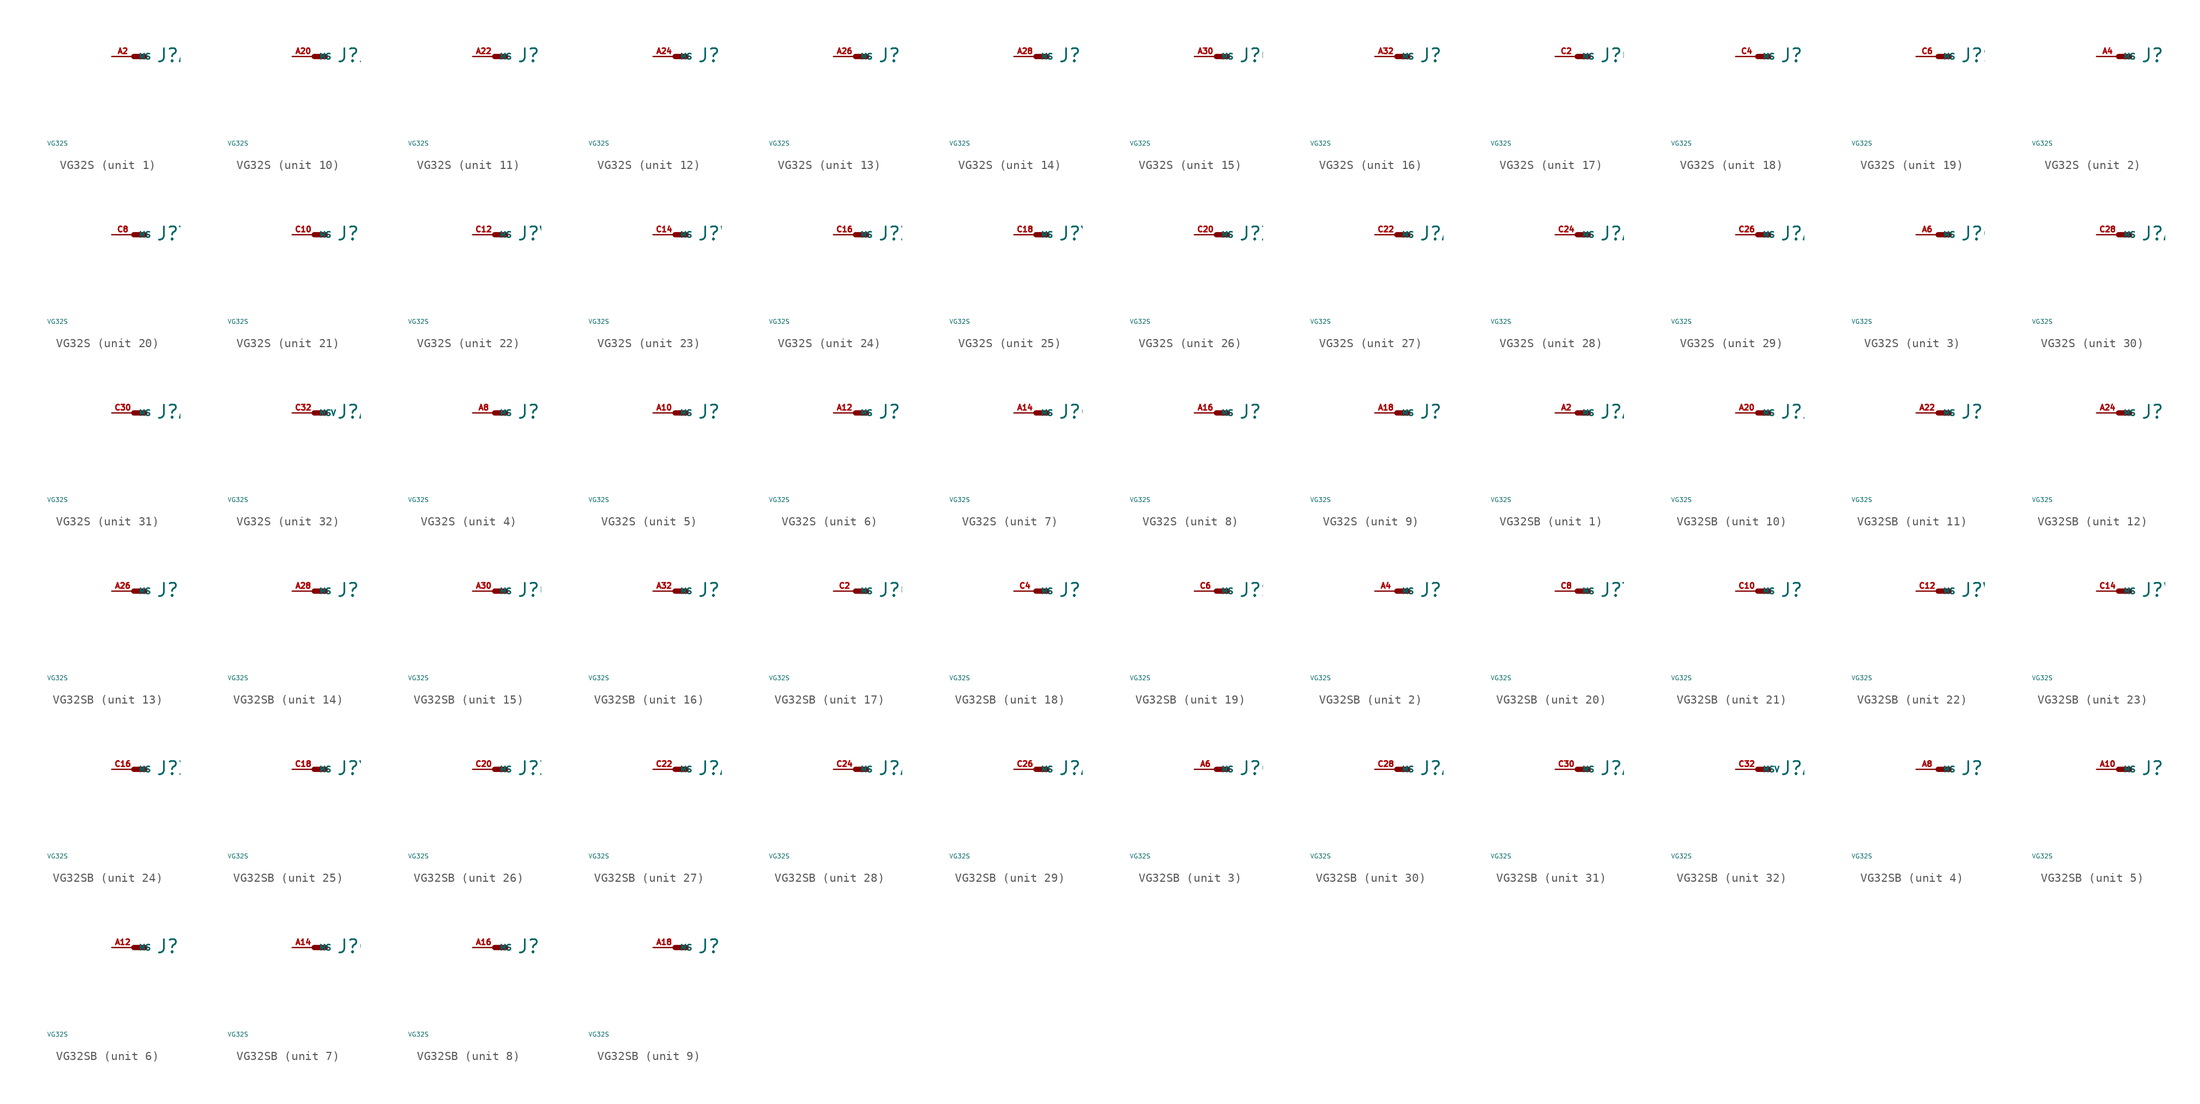
<source format=kicad_sym>
(kicad_symbol_lib
  (version 20220914)
  (generator Eagle2Kicad)
  (symbol "VG32S"
    (property "Reference" "J"
      (at 2.54 -0.762 0)
      (effects (font (size 1.524 1.524) (thickness 0.19)) (justify left bottom)))
    (property "Value" "VG32S"
      (at -10 -10 0)
      (effects (font (size 0.5 0.5) (thickness 0.06)) (justify left)))
    (symbol "VG32S_1_0"
      (polyline (pts (xy 0 0) (xy 1.27 0)) (stroke (width 0.61) (type default)) (fill (type none)))
      (pin passive line (at -2.54 0 0) (length 2.54) (name "MS" (effects (font (size 0.635 0.635) (thickness 0.08)) (justify left bottom))) (number "A2" (effects (font (size 0.635 0.635) (thickness 0.08)) (justify left bottom)))))
    (symbol "VG32S_2_0"
      (polyline (pts (xy 0 0) (xy 1.27 0)) (stroke (width 0.61) (type default)) (fill (type none)))
      (pin passive line (at -2.54 0 0) (length 2.54) (name "MS" (effects (font (size 0.635 0.635) (thickness 0.08)) (justify left bottom))) (number "A4" (effects (font (size 0.635 0.635) (thickness 0.08)) (justify left bottom)))))
    (symbol "VG32S_3_0"
      (polyline (pts (xy 0 0) (xy 1.27 0)) (stroke (width 0.61) (type default)) (fill (type none)))
      (pin passive line (at -2.54 0 0) (length 2.54) (name "MS" (effects (font (size 0.635 0.635) (thickness 0.08)) (justify left bottom))) (number "A6" (effects (font (size 0.635 0.635) (thickness 0.08)) (justify left bottom)))))
    (symbol "VG32S_4_0"
      (polyline (pts (xy 0 0) (xy 1.27 0)) (stroke (width 0.61) (type default)) (fill (type none)))
      (pin passive line (at -2.54 0 0) (length 2.54) (name "MS" (effects (font (size 0.635 0.635) (thickness 0.08)) (justify left bottom))) (number "A8" (effects (font (size 0.635 0.635) (thickness 0.08)) (justify left bottom)))))
    (symbol "VG32S_5_0"
      (polyline (pts (xy 0 0) (xy 1.27 0)) (stroke (width 0.61) (type default)) (fill (type none)))
      (pin passive line (at -2.54 0 0) (length 2.54) (name "MS" (effects (font (size 0.635 0.635) (thickness 0.08)) (justify left bottom))) (number "A10" (effects (font (size 0.635 0.635) (thickness 0.08)) (justify left bottom)))))
    (symbol "VG32S_6_0"
      (polyline (pts (xy 0 0) (xy 1.27 0)) (stroke (width 0.61) (type default)) (fill (type none)))
      (pin passive line (at -2.54 0 0) (length 2.54) (name "MS" (effects (font (size 0.635 0.635) (thickness 0.08)) (justify left bottom))) (number "A12" (effects (font (size 0.635 0.635) (thickness 0.08)) (justify left bottom)))))
    (symbol "VG32S_7_0"
      (polyline (pts (xy 0 0) (xy 1.27 0)) (stroke (width 0.61) (type default)) (fill (type none)))
      (pin passive line (at -2.54 0 0) (length 2.54) (name "MS" (effects (font (size 0.635 0.635) (thickness 0.08)) (justify left bottom))) (number "A14" (effects (font (size 0.635 0.635) (thickness 0.08)) (justify left bottom)))))
    (symbol "VG32S_8_0"
      (polyline (pts (xy 0 0) (xy 1.27 0)) (stroke (width 0.61) (type default)) (fill (type none)))
      (pin passive line (at -2.54 0 0) (length 2.54) (name "MS" (effects (font (size 0.635 0.635) (thickness 0.08)) (justify left bottom))) (number "A16" (effects (font (size 0.635 0.635) (thickness 0.08)) (justify left bottom)))))
    (symbol "VG32S_9_0"
      (polyline (pts (xy 0 0) (xy 1.27 0)) (stroke (width 0.61) (type default)) (fill (type none)))
      (pin passive line (at -2.54 0 0) (length 2.54) (name "MS" (effects (font (size 0.635 0.635) (thickness 0.08)) (justify left bottom))) (number "A18" (effects (font (size 0.635 0.635) (thickness 0.08)) (justify left bottom)))))
    (symbol "VG32S_10_0"
      (polyline (pts (xy 0 0) (xy 1.27 0)) (stroke (width 0.61) (type default)) (fill (type none)))
      (pin passive line (at -2.54 0 0) (length 2.54) (name "MS" (effects (font (size 0.635 0.635) (thickness 0.08)) (justify left bottom))) (number "A20" (effects (font (size 0.635 0.635) (thickness 0.08)) (justify left bottom)))))
    (symbol "VG32S_11_0"
      (polyline (pts (xy 0 0) (xy 1.27 0)) (stroke (width 0.61) (type default)) (fill (type none)))
      (pin passive line (at -2.54 0 0) (length 2.54) (name "MS" (effects (font (size 0.635 0.635) (thickness 0.08)) (justify left bottom))) (number "A22" (effects (font (size 0.635 0.635) (thickness 0.08)) (justify left bottom)))))
    (symbol "VG32S_12_0"
      (polyline (pts (xy 0 0) (xy 1.27 0)) (stroke (width 0.61) (type default)) (fill (type none)))
      (pin passive line (at -2.54 0 0) (length 2.54) (name "MS" (effects (font (size 0.635 0.635) (thickness 0.08)) (justify left bottom))) (number "A24" (effects (font (size 0.635 0.635) (thickness 0.08)) (justify left bottom)))))
    (symbol "VG32S_13_0"
      (polyline (pts (xy 0 0) (xy 1.27 0)) (stroke (width 0.61) (type default)) (fill (type none)))
      (pin passive line (at -2.54 0 0) (length 2.54) (name "MS" (effects (font (size 0.635 0.635) (thickness 0.08)) (justify left bottom))) (number "A26" (effects (font (size 0.635 0.635) (thickness 0.08)) (justify left bottom)))))
    (symbol "VG32S_14_0"
      (polyline (pts (xy 0 0) (xy 1.27 0)) (stroke (width 0.61) (type default)) (fill (type none)))
      (pin passive line (at -2.54 0 0) (length 2.54) (name "MS" (effects (font (size 0.635 0.635) (thickness 0.08)) (justify left bottom))) (number "A28" (effects (font (size 0.635 0.635) (thickness 0.08)) (justify left bottom)))))
    (symbol "VG32S_15_0"
      (polyline (pts (xy 0 0) (xy 1.27 0)) (stroke (width 0.61) (type default)) (fill (type none)))
      (pin passive line (at -2.54 0 0) (length 2.54) (name "MS" (effects (font (size 0.635 0.635) (thickness 0.08)) (justify left bottom))) (number "A30" (effects (font (size 0.635 0.635) (thickness 0.08)) (justify left bottom)))))
    (symbol "VG32S_16_0"
      (polyline (pts (xy 0 0) (xy 1.27 0)) (stroke (width 0.61) (type default)) (fill (type none)))
      (pin passive line (at -2.54 0 0) (length 2.54) (name "MS" (effects (font (size 0.635 0.635) (thickness 0.08)) (justify left bottom))) (number "A32" (effects (font (size 0.635 0.635) (thickness 0.08)) (justify left bottom)))))
    (symbol "VG32S_17_0"
      (polyline (pts (xy 0 0) (xy 1.27 0)) (stroke (width 0.61) (type default)) (fill (type none)))
      (pin passive line (at -2.54 0 0) (length 2.54) (name "MS" (effects (font (size 0.635 0.635) (thickness 0.08)) (justify left bottom))) (number "C2" (effects (font (size 0.635 0.635) (thickness 0.08)) (justify left bottom)))))
    (symbol "VG32S_18_0"
      (polyline (pts (xy 0 0) (xy 1.27 0)) (stroke (width 0.61) (type default)) (fill (type none)))
      (pin passive line (at -2.54 0 0) (length 2.54) (name "MS" (effects (font (size 0.635 0.635) (thickness 0.08)) (justify left bottom))) (number "C4" (effects (font (size 0.635 0.635) (thickness 0.08)) (justify left bottom)))))
    (symbol "VG32S_19_0"
      (polyline (pts (xy 0 0) (xy 1.27 0)) (stroke (width 0.61) (type default)) (fill (type none)))
      (pin passive line (at -2.54 0 0) (length 2.54) (name "MS" (effects (font (size 0.635 0.635) (thickness 0.08)) (justify left bottom))) (number "C6" (effects (font (size 0.635 0.635) (thickness 0.08)) (justify left bottom)))))
    (symbol "VG32S_20_0"
      (polyline (pts (xy 0 0) (xy 1.27 0)) (stroke (width 0.61) (type default)) (fill (type none)))
      (pin passive line (at -2.54 0 0) (length 2.54) (name "MS" (effects (font (size 0.635 0.635) (thickness 0.08)) (justify left bottom))) (number "C8" (effects (font (size 0.635 0.635) (thickness 0.08)) (justify left bottom)))))
    (symbol "VG32S_21_0"
      (polyline (pts (xy 0 0) (xy 1.27 0)) (stroke (width 0.61) (type default)) (fill (type none)))
      (pin passive line (at -2.54 0 0) (length 2.54) (name "MS" (effects (font (size 0.635 0.635) (thickness 0.08)) (justify left bottom))) (number "C10" (effects (font (size 0.635 0.635) (thickness 0.08)) (justify left bottom)))))
    (symbol "VG32S_22_0"
      (polyline (pts (xy 0 0) (xy 1.27 0)) (stroke (width 0.61) (type default)) (fill (type none)))
      (pin passive line (at -2.54 0 0) (length 2.54) (name "MS" (effects (font (size 0.635 0.635) (thickness 0.08)) (justify left bottom))) (number "C12" (effects (font (size 0.635 0.635) (thickness 0.08)) (justify left bottom)))))
    (symbol "VG32S_23_0"
      (polyline (pts (xy 0 0) (xy 1.27 0)) (stroke (width 0.61) (type default)) (fill (type none)))
      (pin passive line (at -2.54 0 0) (length 2.54) (name "MS" (effects (font (size 0.635 0.635) (thickness 0.08)) (justify left bottom))) (number "C14" (effects (font (size 0.635 0.635) (thickness 0.08)) (justify left bottom)))))
    (symbol "VG32S_24_0"
      (polyline (pts (xy 0 0) (xy 1.27 0)) (stroke (width 0.61) (type default)) (fill (type none)))
      (pin passive line (at -2.54 0 0) (length 2.54) (name "MS" (effects (font (size 0.635 0.635) (thickness 0.08)) (justify left bottom))) (number "C16" (effects (font (size 0.635 0.635) (thickness 0.08)) (justify left bottom)))))
    (symbol "VG32S_25_0"
      (polyline (pts (xy 0 0) (xy 1.27 0)) (stroke (width 0.61) (type default)) (fill (type none)))
      (pin passive line (at -2.54 0 0) (length 2.54) (name "MS" (effects (font (size 0.635 0.635) (thickness 0.08)) (justify left bottom))) (number "C18" (effects (font (size 0.635 0.635) (thickness 0.08)) (justify left bottom)))))
    (symbol "VG32S_26_0"
      (polyline (pts (xy 0 0) (xy 1.27 0)) (stroke (width 0.61) (type default)) (fill (type none)))
      (pin passive line (at -2.54 0 0) (length 2.54) (name "MS" (effects (font (size 0.635 0.635) (thickness 0.08)) (justify left bottom))) (number "C20" (effects (font (size 0.635 0.635) (thickness 0.08)) (justify left bottom)))))
    (symbol "VG32S_27_0"
      (polyline (pts (xy 0 0) (xy 1.27 0)) (stroke (width 0.61) (type default)) (fill (type none)))
      (pin passive line (at -2.54 0 0) (length 2.54) (name "MS" (effects (font (size 0.635 0.635) (thickness 0.08)) (justify left bottom))) (number "C22" (effects (font (size 0.635 0.635) (thickness 0.08)) (justify left bottom)))))
    (symbol "VG32S_28_0"
      (polyline (pts (xy 0 0) (xy 1.27 0)) (stroke (width 0.61) (type default)) (fill (type none)))
      (pin passive line (at -2.54 0 0) (length 2.54) (name "MS" (effects (font (size 0.635 0.635) (thickness 0.08)) (justify left bottom))) (number "C24" (effects (font (size 0.635 0.635) (thickness 0.08)) (justify left bottom)))))
    (symbol "VG32S_29_0"
      (polyline (pts (xy 0 0) (xy 1.27 0)) (stroke (width 0.61) (type default)) (fill (type none)))
      (pin passive line (at -2.54 0 0) (length 2.54) (name "MS" (effects (font (size 0.635 0.635) (thickness 0.08)) (justify left bottom))) (number "C26" (effects (font (size 0.635 0.635) (thickness 0.08)) (justify left bottom)))))
    (symbol "VG32S_30_0"
      (polyline (pts (xy 0 0) (xy 1.27 0)) (stroke (width 0.61) (type default)) (fill (type none)))
      (pin passive line (at -2.54 0 0) (length 2.54) (name "MS" (effects (font (size 0.635 0.635) (thickness 0.08)) (justify left bottom))) (number "C28" (effects (font (size 0.635 0.635) (thickness 0.08)) (justify left bottom)))))
    (symbol "VG32S_31_0"
      (polyline (pts (xy 0 0) (xy 1.27 0)) (stroke (width 0.61) (type default)) (fill (type none)))
      (pin passive line (at -2.54 0 0) (length 2.54) (name "MS" (effects (font (size 0.635 0.635) (thickness 0.08)) (justify left bottom))) (number "C30" (effects (font (size 0.635 0.635) (thickness 0.08)) (justify left bottom)))))
    (symbol "VG32S_32_0"
      (polyline (pts (xy 0 0) (xy 1.27 0)) (stroke (width 0.61) (type default)) (fill (type none)))
      (pin passive line (at -2.54 0 0) (length 2.54) (name "MSV" (effects (font (size 0.635 0.635) (thickness 0.08)) (justify left bottom))) (number "C32" (effects (font (size 0.635 0.635) (thickness 0.08)) (justify left bottom))))))
  (symbol "VG32SB"
    (property "Reference" "J"
      (at 2.54 -0.762 0)
      (effects (font (size 1.524 1.524) (thickness 0.19)) (justify left bottom)))
    (property "Value" "VG32S"
      (at -10 -10 0)
      (effects (font (size 0.5 0.5) (thickness 0.06)) (justify left)))
    (symbol "VG32SB_1_0"
      (polyline (pts (xy 0 0) (xy 1.27 0)) (stroke (width 0.61) (type default)) (fill (type none)))
      (pin passive line (at -2.54 0 0) (length 2.54) (name "MS" (effects (font (size 0.635 0.635) (thickness 0.08)) (justify left bottom))) (number "A2" (effects (font (size 0.635 0.635) (thickness 0.08)) (justify left bottom)))))
    (symbol "VG32SB_2_0"
      (polyline (pts (xy 0 0) (xy 1.27 0)) (stroke (width 0.61) (type default)) (fill (type none)))
      (pin passive line (at -2.54 0 0) (length 2.54) (name "MS" (effects (font (size 0.635 0.635) (thickness 0.08)) (justify left bottom))) (number "A4" (effects (font (size 0.635 0.635) (thickness 0.08)) (justify left bottom)))))
    (symbol "VG32SB_3_0"
      (polyline (pts (xy 0 0) (xy 1.27 0)) (stroke (width 0.61) (type default)) (fill (type none)))
      (pin passive line (at -2.54 0 0) (length 2.54) (name "MS" (effects (font (size 0.635 0.635) (thickness 0.08)) (justify left bottom))) (number "A6" (effects (font (size 0.635 0.635) (thickness 0.08)) (justify left bottom)))))
    (symbol "VG32SB_4_0"
      (polyline (pts (xy 0 0) (xy 1.27 0)) (stroke (width 0.61) (type default)) (fill (type none)))
      (pin passive line (at -2.54 0 0) (length 2.54) (name "MS" (effects (font (size 0.635 0.635) (thickness 0.08)) (justify left bottom))) (number "A8" (effects (font (size 0.635 0.635) (thickness 0.08)) (justify left bottom)))))
    (symbol "VG32SB_5_0"
      (polyline (pts (xy 0 0) (xy 1.27 0)) (stroke (width 0.61) (type default)) (fill (type none)))
      (pin passive line (at -2.54 0 0) (length 2.54) (name "MS" (effects (font (size 0.635 0.635) (thickness 0.08)) (justify left bottom))) (number "A10" (effects (font (size 0.635 0.635) (thickness 0.08)) (justify left bottom)))))
    (symbol "VG32SB_6_0"
      (polyline (pts (xy 0 0) (xy 1.27 0)) (stroke (width 0.61) (type default)) (fill (type none)))
      (pin passive line (at -2.54 0 0) (length 2.54) (name "MS" (effects (font (size 0.635 0.635) (thickness 0.08)) (justify left bottom))) (number "A12" (effects (font (size 0.635 0.635) (thickness 0.08)) (justify left bottom)))))
    (symbol "VG32SB_7_0"
      (polyline (pts (xy 0 0) (xy 1.27 0)) (stroke (width 0.61) (type default)) (fill (type none)))
      (pin passive line (at -2.54 0 0) (length 2.54) (name "MS" (effects (font (size 0.635 0.635) (thickness 0.08)) (justify left bottom))) (number "A14" (effects (font (size 0.635 0.635) (thickness 0.08)) (justify left bottom)))))
    (symbol "VG32SB_8_0"
      (polyline (pts (xy 0 0) (xy 1.27 0)) (stroke (width 0.61) (type default)) (fill (type none)))
      (pin passive line (at -2.54 0 0) (length 2.54) (name "MS" (effects (font (size 0.635 0.635) (thickness 0.08)) (justify left bottom))) (number "A16" (effects (font (size 0.635 0.635) (thickness 0.08)) (justify left bottom)))))
    (symbol "VG32SB_9_0"
      (polyline (pts (xy 0 0) (xy 1.27 0)) (stroke (width 0.61) (type default)) (fill (type none)))
      (pin passive line (at -2.54 0 0) (length 2.54) (name "MS" (effects (font (size 0.635 0.635) (thickness 0.08)) (justify left bottom))) (number "A18" (effects (font (size 0.635 0.635) (thickness 0.08)) (justify left bottom)))))
    (symbol "VG32SB_10_0"
      (polyline (pts (xy 0 0) (xy 1.27 0)) (stroke (width 0.61) (type default)) (fill (type none)))
      (pin passive line (at -2.54 0 0) (length 2.54) (name "MS" (effects (font (size 0.635 0.635) (thickness 0.08)) (justify left bottom))) (number "A20" (effects (font (size 0.635 0.635) (thickness 0.08)) (justify left bottom)))))
    (symbol "VG32SB_11_0"
      (polyline (pts (xy 0 0) (xy 1.27 0)) (stroke (width 0.61) (type default)) (fill (type none)))
      (pin passive line (at -2.54 0 0) (length 2.54) (name "MS" (effects (font (size 0.635 0.635) (thickness 0.08)) (justify left bottom))) (number "A22" (effects (font (size 0.635 0.635) (thickness 0.08)) (justify left bottom)))))
    (symbol "VG32SB_12_0"
      (polyline (pts (xy 0 0) (xy 1.27 0)) (stroke (width 0.61) (type default)) (fill (type none)))
      (pin passive line (at -2.54 0 0) (length 2.54) (name "MS" (effects (font (size 0.635 0.635) (thickness 0.08)) (justify left bottom))) (number "A24" (effects (font (size 0.635 0.635) (thickness 0.08)) (justify left bottom)))))
    (symbol "VG32SB_13_0"
      (polyline (pts (xy 0 0) (xy 1.27 0)) (stroke (width 0.61) (type default)) (fill (type none)))
      (pin passive line (at -2.54 0 0) (length 2.54) (name "MS" (effects (font (size 0.635 0.635) (thickness 0.08)) (justify left bottom))) (number "A26" (effects (font (size 0.635 0.635) (thickness 0.08)) (justify left bottom)))))
    (symbol "VG32SB_14_0"
      (polyline (pts (xy 0 0) (xy 1.27 0)) (stroke (width 0.61) (type default)) (fill (type none)))
      (pin passive line (at -2.54 0 0) (length 2.54) (name "MS" (effects (font (size 0.635 0.635) (thickness 0.08)) (justify left bottom))) (number "A28" (effects (font (size 0.635 0.635) (thickness 0.08)) (justify left bottom)))))
    (symbol "VG32SB_15_0"
      (polyline (pts (xy 0 0) (xy 1.27 0)) (stroke (width 0.61) (type default)) (fill (type none)))
      (pin passive line (at -2.54 0 0) (length 2.54) (name "MS" (effects (font (size 0.635 0.635) (thickness 0.08)) (justify left bottom))) (number "A30" (effects (font (size 0.635 0.635) (thickness 0.08)) (justify left bottom)))))
    (symbol "VG32SB_16_0"
      (polyline (pts (xy 0 0) (xy 1.27 0)) (stroke (width 0.61) (type default)) (fill (type none)))
      (pin passive line (at -2.54 0 0) (length 2.54) (name "MS" (effects (font (size 0.635 0.635) (thickness 0.08)) (justify left bottom))) (number "A32" (effects (font (size 0.635 0.635) (thickness 0.08)) (justify left bottom)))))
    (symbol "VG32SB_17_0"
      (polyline (pts (xy 0 0) (xy 1.27 0)) (stroke (width 0.61) (type default)) (fill (type none)))
      (pin passive line (at -2.54 0 0) (length 2.54) (name "MS" (effects (font (size 0.635 0.635) (thickness 0.08)) (justify left bottom))) (number "C2" (effects (font (size 0.635 0.635) (thickness 0.08)) (justify left bottom)))))
    (symbol "VG32SB_18_0"
      (polyline (pts (xy 0 0) (xy 1.27 0)) (stroke (width 0.61) (type default)) (fill (type none)))
      (pin passive line (at -2.54 0 0) (length 2.54) (name "MS" (effects (font (size 0.635 0.635) (thickness 0.08)) (justify left bottom))) (number "C4" (effects (font (size 0.635 0.635) (thickness 0.08)) (justify left bottom)))))
    (symbol "VG32SB_19_0"
      (polyline (pts (xy 0 0) (xy 1.27 0)) (stroke (width 0.61) (type default)) (fill (type none)))
      (pin passive line (at -2.54 0 0) (length 2.54) (name "MS" (effects (font (size 0.635 0.635) (thickness 0.08)) (justify left bottom))) (number "C6" (effects (font (size 0.635 0.635) (thickness 0.08)) (justify left bottom)))))
    (symbol "VG32SB_20_0"
      (polyline (pts (xy 0 0) (xy 1.27 0)) (stroke (width 0.61) (type default)) (fill (type none)))
      (pin passive line (at -2.54 0 0) (length 2.54) (name "MS" (effects (font (size 0.635 0.635) (thickness 0.08)) (justify left bottom))) (number "C8" (effects (font (size 0.635 0.635) (thickness 0.08)) (justify left bottom)))))
    (symbol "VG32SB_21_0"
      (polyline (pts (xy 0 0) (xy 1.27 0)) (stroke (width 0.61) (type default)) (fill (type none)))
      (pin passive line (at -2.54 0 0) (length 2.54) (name "MS" (effects (font (size 0.635 0.635) (thickness 0.08)) (justify left bottom))) (number "C10" (effects (font (size 0.635 0.635) (thickness 0.08)) (justify left bottom)))))
    (symbol "VG32SB_22_0"
      (polyline (pts (xy 0 0) (xy 1.27 0)) (stroke (width 0.61) (type default)) (fill (type none)))
      (pin passive line (at -2.54 0 0) (length 2.54) (name "MS" (effects (font (size 0.635 0.635) (thickness 0.08)) (justify left bottom))) (number "C12" (effects (font (size 0.635 0.635) (thickness 0.08)) (justify left bottom)))))
    (symbol "VG32SB_23_0"
      (polyline (pts (xy 0 0) (xy 1.27 0)) (stroke (width 0.61) (type default)) (fill (type none)))
      (pin passive line (at -2.54 0 0) (length 2.54) (name "MS" (effects (font (size 0.635 0.635) (thickness 0.08)) (justify left bottom))) (number "C14" (effects (font (size 0.635 0.635) (thickness 0.08)) (justify left bottom)))))
    (symbol "VG32SB_24_0"
      (polyline (pts (xy 0 0) (xy 1.27 0)) (stroke (width 0.61) (type default)) (fill (type none)))
      (pin passive line (at -2.54 0 0) (length 2.54) (name "MS" (effects (font (size 0.635 0.635) (thickness 0.08)) (justify left bottom))) (number "C16" (effects (font (size 0.635 0.635) (thickness 0.08)) (justify left bottom)))))
    (symbol "VG32SB_25_0"
      (polyline (pts (xy 0 0) (xy 1.27 0)) (stroke (width 0.61) (type default)) (fill (type none)))
      (pin passive line (at -2.54 0 0) (length 2.54) (name "MS" (effects (font (size 0.635 0.635) (thickness 0.08)) (justify left bottom))) (number "C18" (effects (font (size 0.635 0.635) (thickness 0.08)) (justify left bottom)))))
    (symbol "VG32SB_26_0"
      (polyline (pts (xy 0 0) (xy 1.27 0)) (stroke (width 0.61) (type default)) (fill (type none)))
      (pin passive line (at -2.54 0 0) (length 2.54) (name "MS" (effects (font (size 0.635 0.635) (thickness 0.08)) (justify left bottom))) (number "C20" (effects (font (size 0.635 0.635) (thickness 0.08)) (justify left bottom)))))
    (symbol "VG32SB_27_0"
      (polyline (pts (xy 0 0) (xy 1.27 0)) (stroke (width 0.61) (type default)) (fill (type none)))
      (pin passive line (at -2.54 0 0) (length 2.54) (name "MS" (effects (font (size 0.635 0.635) (thickness 0.08)) (justify left bottom))) (number "C22" (effects (font (size 0.635 0.635) (thickness 0.08)) (justify left bottom)))))
    (symbol "VG32SB_28_0"
      (polyline (pts (xy 0 0) (xy 1.27 0)) (stroke (width 0.61) (type default)) (fill (type none)))
      (pin passive line (at -2.54 0 0) (length 2.54) (name "MS" (effects (font (size 0.635 0.635) (thickness 0.08)) (justify left bottom))) (number "C24" (effects (font (size 0.635 0.635) (thickness 0.08)) (justify left bottom)))))
    (symbol "VG32SB_29_0"
      (polyline (pts (xy 0 0) (xy 1.27 0)) (stroke (width 0.61) (type default)) (fill (type none)))
      (pin passive line (at -2.54 0 0) (length 2.54) (name "MS" (effects (font (size 0.635 0.635) (thickness 0.08)) (justify left bottom))) (number "C26" (effects (font (size 0.635 0.635) (thickness 0.08)) (justify left bottom)))))
    (symbol "VG32SB_30_0"
      (polyline (pts (xy 0 0) (xy 1.27 0)) (stroke (width 0.61) (type default)) (fill (type none)))
      (pin passive line (at -2.54 0 0) (length 2.54) (name "MS" (effects (font (size 0.635 0.635) (thickness 0.08)) (justify left bottom))) (number "C28" (effects (font (size 0.635 0.635) (thickness 0.08)) (justify left bottom)))))
    (symbol "VG32SB_31_0"
      (polyline (pts (xy 0 0) (xy 1.27 0)) (stroke (width 0.61) (type default)) (fill (type none)))
      (pin passive line (at -2.54 0 0) (length 2.54) (name "MS" (effects (font (size 0.635 0.635) (thickness 0.08)) (justify left bottom))) (number "C30" (effects (font (size 0.635 0.635) (thickness 0.08)) (justify left bottom)))))
    (symbol "VG32SB_32_0"
      (polyline (pts (xy 0 0) (xy 1.27 0)) (stroke (width 0.61) (type default)) (fill (type none)))
      (pin passive line (at -2.54 0 0) (length 2.54) (name "MSV" (effects (font (size 0.635 0.635) (thickness 0.08)) (justify left bottom))) (number "C32" (effects (font (size 0.635 0.635) (thickness 0.08)) (justify left bottom)))))))
</source>
